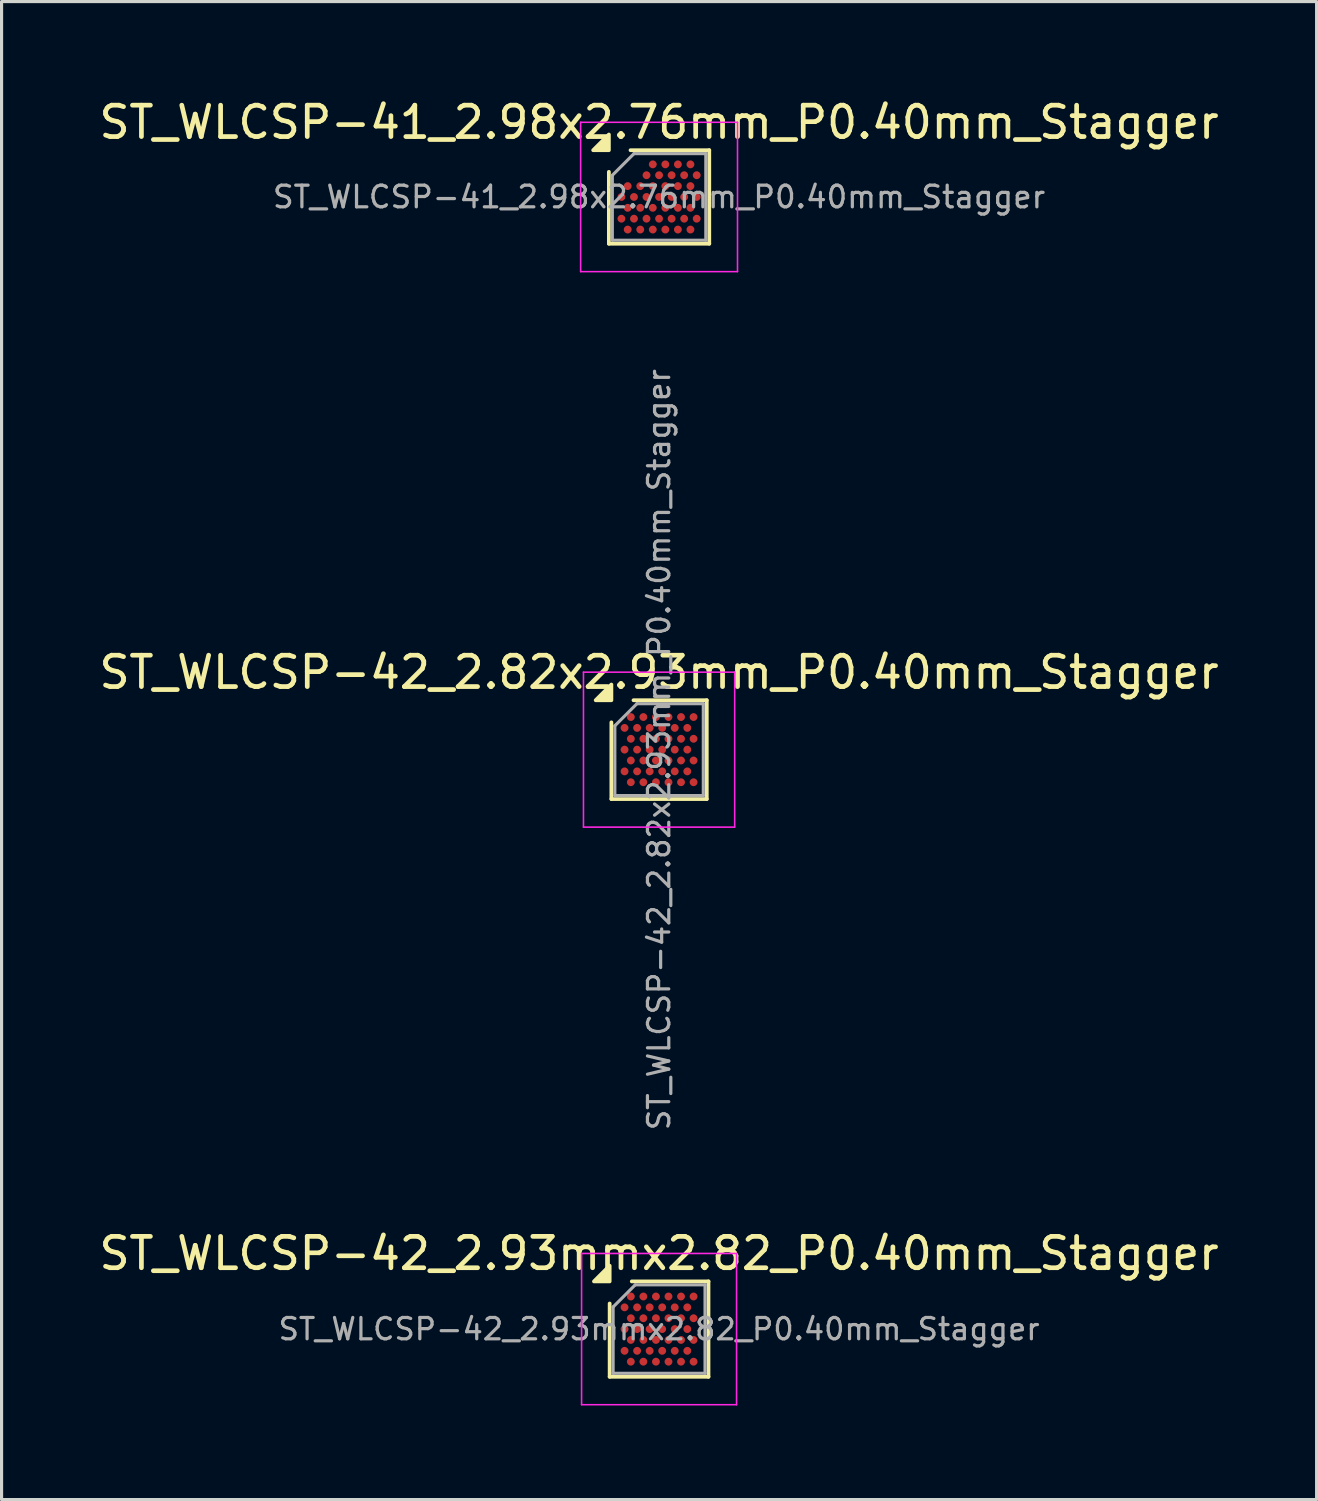
<source format=kicad_pcb>
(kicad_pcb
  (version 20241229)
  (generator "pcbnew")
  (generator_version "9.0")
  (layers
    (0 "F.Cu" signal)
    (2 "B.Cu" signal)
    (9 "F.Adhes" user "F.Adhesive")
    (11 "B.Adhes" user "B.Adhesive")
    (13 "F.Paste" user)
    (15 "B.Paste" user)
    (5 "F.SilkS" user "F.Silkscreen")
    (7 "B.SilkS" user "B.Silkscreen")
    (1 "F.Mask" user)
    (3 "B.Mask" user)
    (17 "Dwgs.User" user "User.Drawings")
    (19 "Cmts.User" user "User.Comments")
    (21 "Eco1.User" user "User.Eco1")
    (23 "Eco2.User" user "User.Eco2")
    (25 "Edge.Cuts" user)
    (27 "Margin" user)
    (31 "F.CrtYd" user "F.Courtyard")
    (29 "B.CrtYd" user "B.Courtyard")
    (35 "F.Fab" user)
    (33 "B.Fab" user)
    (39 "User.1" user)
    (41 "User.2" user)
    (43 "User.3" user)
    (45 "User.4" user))
  (footprint "ST_WLCSP-42_2.82x2.93mm_P0.40mm_Stagger"
    (layer "F.Cu")
    (at 17.958 20.845)
    (property "Reference" "ST_WLCSP-42_2.82x2.93mm_P0.40mm_Stagger" (at 0 -2.465 0) (layer "F.SilkS") (effects (font (size 1 1) (thickness 0.15))))
    (attr smd)
    (fp_line (start -1.52 1.575) (end -1.52 -0.87) (stroke (width 0.12) (type solid)) (layer "F.SilkS"))
    (fp_line (start -0.815 -1.575) (end 1.52 -1.575) (stroke (width 0.12) (type solid)) (layer "F.SilkS"))
    (fp_line (start 1.52 -1.575) (end 1.52 1.575) (stroke (width 0.12) (type solid)) (layer "F.SilkS"))
    (fp_line (start 1.52 1.575) (end -1.52 1.575) (stroke (width 0.12) (type solid)) (layer "F.SilkS"))
    (fp_poly (pts (xy -1.52 -1.575) (xy -2.02 -1.575) (xy -1.52 -2.075) (xy -1.52 -1.575)) (stroke (width 0.12) (type solid)) (fill yes) (layer "F.SilkS"))
    (fp_line (start -2.41 -2.47) (end -2.41 2.47) (stroke (width 0.05) (type solid)) (layer "F.CrtYd"))
    (fp_line (start -2.41 2.47) (end 2.41 2.47) (stroke (width 0.05) (type solid)) (layer "F.CrtYd"))
    (fp_line (start 2.41 -2.47) (end -2.41 -2.47) (stroke (width 0.05) (type solid)) (layer "F.CrtYd"))
    (fp_line (start 2.41 2.47) (end 2.41 -2.47) (stroke (width 0.05) (type solid)) (layer "F.CrtYd"))
    (fp_line (start -1.41 -0.76) (end -0.705 -1.465) (stroke (width 0.1) (type solid)) (layer "F.Fab"))
    (fp_line (start -1.41 1.465) (end -1.41 -0.76) (stroke (width 0.1) (type solid)) (layer "F.Fab"))
    (fp_line (start -0.705 -1.465) (end 1.41 -1.465) (stroke (width 0.1) (type solid)) (layer "F.Fab"))
    (fp_line (start 1.41 -1.465) (end 1.41 1.465) (stroke (width 0.1) (type solid)) (layer "F.Fab"))
    (fp_line (start 1.41 1.465) (end -1.41 1.465) (stroke (width 0.1) (type solid)) (layer "F.Fab"))
    (fp_text user "${REFERENCE}" (at 0 0 270) (layer "F.Fab") (effects (font (size 0.68 0.68) (thickness 0.102))))
    (pad "A2" smd circle (at -0.9 -1.039) (size 0.25 0.25) (property pad_prop_bga) (layers "F.Cu" "F.Mask" "F.Paste"))
    (pad "A4" smd circle (at -0.5 -1.039) (size 0.25 0.25) (property pad_prop_bga) (layers "F.Cu" "F.Mask" "F.Paste"))
    (pad "A6" smd circle (at -0.1 -1.039) (size 0.25 0.25) (property pad_prop_bga) (layers "F.Cu" "F.Mask" "F.Paste"))
    (pad "A8" smd circle (at 0.3 -1.039) (size 0.25 0.25) (property pad_prop_bga) (layers "F.Cu" "F.Mask" "F.Paste"))
    (pad "A10" smd circle (at 0.7 -1.039) (size 0.25 0.25) (property pad_prop_bga) (layers "F.Cu" "F.Mask" "F.Paste"))
    (pad "A12" smd circle (at 1.1 -1.039) (size 0.25 0.25) (property pad_prop_bga) (layers "F.Cu" "F.Mask" "F.Paste"))
    (pad "B1" smd circle (at -1.1 -0.693) (size 0.25 0.25) (property pad_prop_bga) (layers "F.Cu" "F.Mask" "F.Paste"))
    (pad "B3" smd circle (at -0.7 -0.693) (size 0.25 0.25) (property pad_prop_bga) (layers "F.Cu" "F.Mask" "F.Paste"))
    (pad "B5" smd circle (at -0.3 -0.693) (size 0.25 0.25) (property pad_prop_bga) (layers "F.Cu" "F.Mask" "F.Paste"))
    (pad "B7" smd circle (at 0.1 -0.693) (size 0.25 0.25) (property pad_prop_bga) (layers "F.Cu" "F.Mask" "F.Paste"))
    (pad "B9" smd circle (at 0.5 -0.693) (size 0.25 0.25) (property pad_prop_bga) (layers "F.Cu" "F.Mask" "F.Paste"))
    (pad "B11" smd circle (at 0.9 -0.693) (size 0.25 0.25) (property pad_prop_bga) (layers "F.Cu" "F.Mask" "F.Paste"))
    (pad "C2" smd circle (at -0.9 -0.346) (size 0.25 0.25) (property pad_prop_bga) (layers "F.Cu" "F.Mask" "F.Paste"))
    (pad "C4" smd circle (at -0.5 -0.346) (size 0.25 0.25) (property pad_prop_bga) (layers "F.Cu" "F.Mask" "F.Paste"))
    (pad "C6" smd circle (at -0.1 -0.346) (size 0.25 0.25) (property pad_prop_bga) (layers "F.Cu" "F.Mask" "F.Paste"))
    (pad "C8" smd circle (at 0.3 -0.346) (size 0.25 0.25) (property pad_prop_bga) (layers "F.Cu" "F.Mask" "F.Paste"))
    (pad "C10" smd circle (at 0.7 -0.346) (size 0.25 0.25) (property pad_prop_bga) (layers "F.Cu" "F.Mask" "F.Paste"))
    (pad "C12" smd circle (at 1.1 -0.346) (size 0.25 0.25) (property pad_prop_bga) (layers "F.Cu" "F.Mask" "F.Paste"))
    (pad "D1" smd circle (at -1.1 0) (size 0.25 0.25) (property pad_prop_bga) (layers "F.Cu" "F.Mask" "F.Paste"))
    (pad "D3" smd circle (at -0.7 0) (size 0.25 0.25) (property pad_prop_bga) (layers "F.Cu" "F.Mask" "F.Paste"))
    (pad "D5" smd circle (at -0.3 0) (size 0.25 0.25) (property pad_prop_bga) (layers "F.Cu" "F.Mask" "F.Paste"))
    (pad "D7" smd circle (at 0.1 0) (size 0.25 0.25) (property pad_prop_bga) (layers "F.Cu" "F.Mask" "F.Paste"))
    (pad "D9" smd circle (at 0.5 0) (size 0.25 0.25) (property pad_prop_bga) (layers "F.Cu" "F.Mask" "F.Paste"))
    (pad "D11" smd circle (at 0.9 0) (size 0.25 0.25) (property pad_prop_bga) (layers "F.Cu" "F.Mask" "F.Paste"))
    (pad "E2" smd circle (at -0.9 0.346) (size 0.25 0.25) (property pad_prop_bga) (layers "F.Cu" "F.Mask" "F.Paste"))
    (pad "E4" smd circle (at -0.5 0.346) (size 0.25 0.25) (property pad_prop_bga) (layers "F.Cu" "F.Mask" "F.Paste"))
    (pad "E6" smd circle (at -0.1 0.346) (size 0.25 0.25) (property pad_prop_bga) (layers "F.Cu" "F.Mask" "F.Paste"))
    (pad "E8" smd circle (at 0.3 0.346) (size 0.25 0.25) (property pad_prop_bga) (layers "F.Cu" "F.Mask" "F.Paste"))
    (pad "E10" smd circle (at 0.7 0.346) (size 0.25 0.25) (property pad_prop_bga) (layers "F.Cu" "F.Mask" "F.Paste"))
    (pad "E12" smd circle (at 1.1 0.346) (size 0.25 0.25) (property pad_prop_bga) (layers "F.Cu" "F.Mask" "F.Paste"))
    (pad "F1" smd circle (at -1.1 0.693) (size 0.25 0.25) (property pad_prop_bga) (layers "F.Cu" "F.Mask" "F.Paste"))
    (pad "F3" smd circle (at -0.7 0.693) (size 0.25 0.25) (property pad_prop_bga) (layers "F.Cu" "F.Mask" "F.Paste"))
    (pad "F5" smd circle (at -0.3 0.693) (size 0.25 0.25) (property pad_prop_bga) (layers "F.Cu" "F.Mask" "F.Paste"))
    (pad "F7" smd circle (at 0.1 0.693) (size 0.25 0.25) (property pad_prop_bga) (layers "F.Cu" "F.Mask" "F.Paste"))
    (pad "F9" smd circle (at 0.5 0.693) (size 0.25 0.25) (property pad_prop_bga) (layers "F.Cu" "F.Mask" "F.Paste"))
    (pad "F11" smd circle (at 0.9 0.693) (size 0.25 0.25) (property pad_prop_bga) (layers "F.Cu" "F.Mask" "F.Paste"))
    (pad "G2" smd circle (at -0.9 1.039) (size 0.25 0.25) (property pad_prop_bga) (layers "F.Cu" "F.Mask" "F.Paste"))
    (pad "G4" smd circle (at -0.5 1.039) (size 0.25 0.25) (property pad_prop_bga) (layers "F.Cu" "F.Mask" "F.Paste"))
    (pad "G6" smd circle (at -0.1 1.039) (size 0.25 0.25) (property pad_prop_bga) (layers "F.Cu" "F.Mask" "F.Paste"))
    (pad "G8" smd circle (at 0.3 1.039) (size 0.25 0.25) (property pad_prop_bga) (layers "F.Cu" "F.Mask" "F.Paste"))
    (pad "G10" smd circle (at 0.7 1.039) (size 0.25 0.25) (property pad_prop_bga) (layers "F.Cu" "F.Mask" "F.Paste"))
    (pad "G12" smd circle (at 1.1 1.039) (size 0.25 0.25) (property pad_prop_bga) (layers "F.Cu" "F.Mask" "F.Paste")))
  (footprint "ST_WLCSP-41_2.98x2.76mm_P0.40mm_Stagger"
    (layer "F.Cu")
    (at 17.958 3.228)
    (property "Reference" "ST_WLCSP-41_2.98x2.76mm_P0.40mm_Stagger" (at 0 -2.38 0) (layer "F.SilkS") (effects (font (size 1 1) (thickness 0.15))))
    (attr smd)
    (fp_line (start -1.6 1.49) (end -1.6 -0.8) (stroke (width 0.12) (type solid)) (layer "F.SilkS"))
    (fp_line (start -0.91 -1.49) (end 1.6 -1.49) (stroke (width 0.12) (type solid)) (layer "F.SilkS"))
    (fp_line (start 1.6 -1.49) (end 1.6 1.49) (stroke (width 0.12) (type solid)) (layer "F.SilkS"))
    (fp_line (start 1.6 1.49) (end -1.6 1.49) (stroke (width 0.12) (type solid)) (layer "F.SilkS"))
    (fp_poly (pts (xy -1.6 -1.49) (xy -2.1 -1.49) (xy -1.6 -1.99) (xy -1.6 -1.49)) (stroke (width 0.12) (type solid)) (fill yes) (layer "F.SilkS"))
    (fp_line (start -2.5 -2.38) (end -2.5 2.38) (stroke (width 0.05) (type solid)) (layer "F.CrtYd"))
    (fp_line (start -2.5 2.38) (end 2.5 2.38) (stroke (width 0.05) (type solid)) (layer "F.CrtYd"))
    (fp_line (start 2.5 -2.38) (end -2.5 -2.38) (stroke (width 0.05) (type solid)) (layer "F.CrtYd"))
    (fp_line (start 2.5 2.38) (end 2.5 -2.38) (stroke (width 0.05) (type solid)) (layer "F.CrtYd"))
    (fp_line (start -1.49 -0.69) (end -0.8 -1.38) (stroke (width 0.1) (type solid)) (layer "F.Fab"))
    (fp_line (start -1.49 1.38) (end -1.49 -0.69) (stroke (width 0.1) (type solid)) (layer "F.Fab"))
    (fp_line (start -0.8 -1.38) (end 1.49 -1.38) (stroke (width 0.1) (type solid)) (layer "F.Fab"))
    (fp_line (start 1.49 -1.38) (end 1.49 1.38) (stroke (width 0.1) (type solid)) (layer "F.Fab"))
    (fp_line (start 1.49 1.38) (end -1.49 1.38) (stroke (width 0.1) (type solid)) (layer "F.Fab"))
    (fp_text user "${REFERENCE}" (at 0 0 0) (layer "F.Fab") (effects (font (size 0.69 0.69) (thickness 0.103))))
    (pad "A6" smd circle (at -0.2 -1.039) (size 0.25 0.25) (property pad_prop_bga) (layers "F.Cu" "F.Mask" "F.Paste"))
    (pad "A8" smd circle (at 0.2 -1.039) (size 0.25 0.25) (property pad_prop_bga) (layers "F.Cu" "F.Mask" "F.Paste"))
    (pad "A10" smd circle (at 0.6 -1.039) (size 0.25 0.25) (property pad_prop_bga) (layers "F.Cu" "F.Mask" "F.Paste"))
    (pad "A12" smd circle (at 1 -1.039) (size 0.25 0.25) (property pad_prop_bga) (layers "F.Cu" "F.Mask" "F.Paste"))
    (pad "B5" smd circle (at -0.4 -0.693) (size 0.25 0.25) (property pad_prop_bga) (layers "F.Cu" "F.Mask" "F.Paste"))
    (pad "B7" smd circle (at 0 -0.693) (size 0.25 0.25) (property pad_prop_bga) (layers "F.Cu" "F.Mask" "F.Paste"))
    (pad "B9" smd circle (at 0.4 -0.693) (size 0.25 0.25) (property pad_prop_bga) (layers "F.Cu" "F.Mask" "F.Paste"))
    (pad "B11" smd circle (at 0.8 -0.693) (size 0.25 0.25) (property pad_prop_bga) (layers "F.Cu" "F.Mask" "F.Paste"))
    (pad "B13" smd circle (at 1.2 -0.693) (size 0.25 0.25) (property pad_prop_bga) (layers "F.Cu" "F.Mask" "F.Paste"))
    (pad "C2" smd circle (at -1 -0.346) (size 0.25 0.25) (property pad_prop_bga) (layers "F.Cu" "F.Mask" "F.Paste"))
    (pad "C4" smd circle (at -0.6 -0.346) (size 0.25 0.25) (property pad_prop_bga) (layers "F.Cu" "F.Mask" "F.Paste"))
    (pad "C6" smd circle (at -0.2 -0.346) (size 0.25 0.25) (property pad_prop_bga) (layers "F.Cu" "F.Mask" "F.Paste"))
    (pad "C8" smd circle (at 0.2 -0.346) (size 0.25 0.25) (property pad_prop_bga) (layers "F.Cu" "F.Mask" "F.Paste"))
    (pad "C10" smd circle (at 0.6 -0.346) (size 0.25 0.25) (property pad_prop_bga) (layers "F.Cu" "F.Mask" "F.Paste"))
    (pad "C12" smd circle (at 1 -0.346) (size 0.25 0.25) (property pad_prop_bga) (layers "F.Cu" "F.Mask" "F.Paste"))
    (pad "D1" smd circle (at -1.2 0) (size 0.25 0.25) (property pad_prop_bga) (layers "F.Cu" "F.Mask" "F.Paste"))
    (pad "D3" smd circle (at -0.8 0) (size 0.25 0.25) (property pad_prop_bga) (layers "F.Cu" "F.Mask" "F.Paste"))
    (pad "D5" smd circle (at -0.4 0) (size 0.25 0.25) (property pad_prop_bga) (layers "F.Cu" "F.Mask" "F.Paste"))
    (pad "D7" smd circle (at 0 0) (size 0.25 0.25) (property pad_prop_bga) (layers "F.Cu" "F.Mask" "F.Paste"))
    (pad "D9" smd circle (at 0.4 0) (size 0.25 0.25) (property pad_prop_bga) (layers "F.Cu" "F.Mask" "F.Paste"))
    (pad "D11" smd circle (at 0.8 0) (size 0.25 0.25) (property pad_prop_bga) (layers "F.Cu" "F.Mask" "F.Paste"))
    (pad "D13" smd circle (at 1.2 0) (size 0.25 0.25) (property pad_prop_bga) (layers "F.Cu" "F.Mask" "F.Paste"))
    (pad "E2" smd circle (at -1 0.346) (size 0.25 0.25) (property pad_prop_bga) (layers "F.Cu" "F.Mask" "F.Paste"))
    (pad "E4" smd circle (at -0.6 0.346) (size 0.25 0.25) (property pad_prop_bga) (layers "F.Cu" "F.Mask" "F.Paste"))
    (pad "E6" smd circle (at -0.2 0.346) (size 0.25 0.25) (property pad_prop_bga) (layers "F.Cu" "F.Mask" "F.Paste"))
    (pad "E8" smd circle (at 0.2 0.346) (size 0.25 0.25) (property pad_prop_bga) (layers "F.Cu" "F.Mask" "F.Paste"))
    (pad "E10" smd circle (at 0.6 0.346) (size 0.25 0.25) (property pad_prop_bga) (layers "F.Cu" "F.Mask" "F.Paste"))
    (pad "E12" smd circle (at 1 0.346) (size 0.25 0.25) (property pad_prop_bga) (layers "F.Cu" "F.Mask" "F.Paste"))
    (pad "F1" smd circle (at -1.2 0.693) (size 0.25 0.25) (property pad_prop_bga) (layers "F.Cu" "F.Mask" "F.Paste"))
    (pad "F3" smd circle (at -0.8 0.693) (size 0.25 0.25) (property pad_prop_bga) (layers "F.Cu" "F.Mask" "F.Paste"))
    (pad "F5" smd circle (at -0.4 0.693) (size 0.25 0.25) (property pad_prop_bga) (layers "F.Cu" "F.Mask" "F.Paste"))
    (pad "F7" smd circle (at 0 0.693) (size 0.25 0.25) (property pad_prop_bga) (layers "F.Cu" "F.Mask" "F.Paste"))
    (pad "F9" smd circle (at 0.4 0.693) (size 0.25 0.25) (property pad_prop_bga) (layers "F.Cu" "F.Mask" "F.Paste"))
    (pad "F11" smd circle (at 0.8 0.693) (size 0.25 0.25) (property pad_prop_bga) (layers "F.Cu" "F.Mask" "F.Paste"))
    (pad "F13" smd circle (at 1.2 0.693) (size 0.25 0.25) (property pad_prop_bga) (layers "F.Cu" "F.Mask" "F.Paste"))
    (pad "G2" smd circle (at -1 1.039) (size 0.25 0.25) (property pad_prop_bga) (layers "F.Cu" "F.Mask" "F.Paste"))
    (pad "G4" smd circle (at -0.6 1.039) (size 0.25 0.25) (property pad_prop_bga) (layers "F.Cu" "F.Mask" "F.Paste"))
    (pad "G6" smd circle (at -0.2 1.039) (size 0.25 0.25) (property pad_prop_bga) (layers "F.Cu" "F.Mask" "F.Paste"))
    (pad "G8" smd circle (at 0.2 1.039) (size 0.25 0.25) (property pad_prop_bga) (layers "F.Cu" "F.Mask" "F.Paste"))
    (pad "G10" smd circle (at 0.6 1.039) (size 0.25 0.25) (property pad_prop_bga) (layers "F.Cu" "F.Mask" "F.Paste"))
    (pad "G12" smd circle (at 1 1.039) (size 0.25 0.25) (property pad_prop_bga) (layers "F.Cu" "F.Mask" "F.Paste")))
  (footprint "ST_WLCSP-42_2.93mmx2.82_P0.40mm_Stagger"
    (layer "F.Cu")
    (at 17.958 39.315)
    (property "Reference" "ST_WLCSP-42_2.93mmx2.82_P0.40mm_Stagger" (at 0 -2.41 0) (layer "F.SilkS") (effects (font (size 1 1) (thickness 0.15))))
    (attr smd)
    (fp_line (start -1.575 1.52) (end -1.575 -0.815) (stroke (width 0.12) (type solid)) (layer "F.SilkS"))
    (fp_line (start -0.87 -1.52) (end 1.575 -1.52) (stroke (width 0.12) (type solid)) (layer "F.SilkS"))
    (fp_line (start 1.575 -1.52) (end 1.575 1.52) (stroke (width 0.12) (type solid)) (layer "F.SilkS"))
    (fp_line (start 1.575 1.52) (end -1.575 1.52) (stroke (width 0.12) (type solid)) (layer "F.SilkS"))
    (fp_poly (pts (xy -1.575 -1.52) (xy -2.075 -1.52) (xy -1.575 -2.02) (xy -1.575 -1.52)) (stroke (width 0.12) (type solid)) (fill yes) (layer "F.SilkS"))
    (fp_line (start -2.47 -2.41) (end -2.47 2.41) (stroke (width 0.05) (type solid)) (layer "F.CrtYd"))
    (fp_line (start -2.47 2.41) (end 2.47 2.41) (stroke (width 0.05) (type solid)) (layer "F.CrtYd"))
    (fp_line (start 2.47 -2.41) (end -2.47 -2.41) (stroke (width 0.05) (type solid)) (layer "F.CrtYd"))
    (fp_line (start 2.47 2.41) (end 2.47 -2.41) (stroke (width 0.05) (type solid)) (layer "F.CrtYd"))
    (fp_line (start -1.465 -0.705) (end -0.76 -1.41) (stroke (width 0.1) (type solid)) (layer "F.Fab"))
    (fp_line (start -1.465 1.41) (end -1.465 -0.705) (stroke (width 0.1) (type solid)) (layer "F.Fab"))
    (fp_line (start -0.76 -1.41) (end 1.465 -1.41) (stroke (width 0.1) (type solid)) (layer "F.Fab"))
    (fp_line (start 1.465 -1.41) (end 1.465 1.41) (stroke (width 0.1) (type solid)) (layer "F.Fab"))
    (fp_line (start 1.465 1.41) (end -1.465 1.41) (stroke (width 0.1) (type solid)) (layer "F.Fab"))
    (fp_text user "${REFERENCE}" (at 0 0 0) (layer "F.Fab") (effects (font (size 0.68 0.68) (thickness 0.102))))
    (pad "A2" smd circle (at -0.9 -1.039) (size 0.25 0.25) (property pad_prop_bga) (layers "F.Cu" "F.Mask" "F.Paste"))
    (pad "A4" smd circle (at -0.5 -1.039) (size 0.25 0.25) (property pad_prop_bga) (layers "F.Cu" "F.Mask" "F.Paste"))
    (pad "A6" smd circle (at -0.1 -1.039) (size 0.25 0.25) (property pad_prop_bga) (layers "F.Cu" "F.Mask" "F.Paste"))
    (pad "A8" smd circle (at 0.3 -1.039) (size 0.25 0.25) (property pad_prop_bga) (layers "F.Cu" "F.Mask" "F.Paste"))
    (pad "A10" smd circle (at 0.7 -1.039) (size 0.25 0.25) (property pad_prop_bga) (layers "F.Cu" "F.Mask" "F.Paste"))
    (pad "A12" smd circle (at 1.1 -1.039) (size 0.25 0.25) (property pad_prop_bga) (layers "F.Cu" "F.Mask" "F.Paste"))
    (pad "B1" smd circle (at -1.1 -0.693) (size 0.25 0.25) (property pad_prop_bga) (layers "F.Cu" "F.Mask" "F.Paste"))
    (pad "B3" smd circle (at -0.7 -0.693) (size 0.25 0.25) (property pad_prop_bga) (layers "F.Cu" "F.Mask" "F.Paste"))
    (pad "B5" smd circle (at -0.3 -0.693) (size 0.25 0.25) (property pad_prop_bga) (layers "F.Cu" "F.Mask" "F.Paste"))
    (pad "B7" smd circle (at 0.1 -0.693) (size 0.25 0.25) (property pad_prop_bga) (layers "F.Cu" "F.Mask" "F.Paste"))
    (pad "B9" smd circle (at 0.5 -0.693) (size 0.25 0.25) (property pad_prop_bga) (layers "F.Cu" "F.Mask" "F.Paste"))
    (pad "B11" smd circle (at 0.9 -0.693) (size 0.25 0.25) (property pad_prop_bga) (layers "F.Cu" "F.Mask" "F.Paste"))
    (pad "C2" smd circle (at -0.9 -0.346) (size 0.25 0.25) (property pad_prop_bga) (layers "F.Cu" "F.Mask" "F.Paste"))
    (pad "C4" smd circle (at -0.5 -0.346) (size 0.25 0.25) (property pad_prop_bga) (layers "F.Cu" "F.Mask" "F.Paste"))
    (pad "C6" smd circle (at -0.1 -0.346) (size 0.25 0.25) (property pad_prop_bga) (layers "F.Cu" "F.Mask" "F.Paste"))
    (pad "C8" smd circle (at 0.3 -0.346) (size 0.25 0.25) (property pad_prop_bga) (layers "F.Cu" "F.Mask" "F.Paste"))
    (pad "C10" smd circle (at 0.7 -0.346) (size 0.25 0.25) (property pad_prop_bga) (layers "F.Cu" "F.Mask" "F.Paste"))
    (pad "C12" smd circle (at 1.1 -0.346) (size 0.25 0.25) (property pad_prop_bga) (layers "F.Cu" "F.Mask" "F.Paste"))
    (pad "D1" smd circle (at -1.1 0) (size 0.25 0.25) (property pad_prop_bga) (layers "F.Cu" "F.Mask" "F.Paste"))
    (pad "D3" smd circle (at -0.7 0) (size 0.25 0.25) (property pad_prop_bga) (layers "F.Cu" "F.Mask" "F.Paste"))
    (pad "D5" smd circle (at -0.3 0) (size 0.25 0.25) (property pad_prop_bga) (layers "F.Cu" "F.Mask" "F.Paste"))
    (pad "D7" smd circle (at 0.1 0) (size 0.25 0.25) (property pad_prop_bga) (layers "F.Cu" "F.Mask" "F.Paste"))
    (pad "D9" smd circle (at 0.5 0) (size 0.25 0.25) (property pad_prop_bga) (layers "F.Cu" "F.Mask" "F.Paste"))
    (pad "D11" smd circle (at 0.9 0) (size 0.25 0.25) (property pad_prop_bga) (layers "F.Cu" "F.Mask" "F.Paste"))
    (pad "E2" smd circle (at -0.9 0.346) (size 0.25 0.25) (property pad_prop_bga) (layers "F.Cu" "F.Mask" "F.Paste"))
    (pad "E4" smd circle (at -0.5 0.346) (size 0.25 0.25) (property pad_prop_bga) (layers "F.Cu" "F.Mask" "F.Paste"))
    (pad "E6" smd circle (at -0.1 0.346) (size 0.25 0.25) (property pad_prop_bga) (layers "F.Cu" "F.Mask" "F.Paste"))
    (pad "E8" smd circle (at 0.3 0.346) (size 0.25 0.25) (property pad_prop_bga) (layers "F.Cu" "F.Mask" "F.Paste"))
    (pad "E10" smd circle (at 0.7 0.346) (size 0.25 0.25) (property pad_prop_bga) (layers "F.Cu" "F.Mask" "F.Paste"))
    (pad "E12" smd circle (at 1.1 0.346) (size 0.25 0.25) (property pad_prop_bga) (layers "F.Cu" "F.Mask" "F.Paste"))
    (pad "F1" smd circle (at -1.1 0.693) (size 0.25 0.25) (property pad_prop_bga) (layers "F.Cu" "F.Mask" "F.Paste"))
    (pad "F3" smd circle (at -0.7 0.693) (size 0.25 0.25) (property pad_prop_bga) (layers "F.Cu" "F.Mask" "F.Paste"))
    (pad "F5" smd circle (at -0.3 0.693) (size 0.25 0.25) (property pad_prop_bga) (layers "F.Cu" "F.Mask" "F.Paste"))
    (pad "F7" smd circle (at 0.1 0.693) (size 0.25 0.25) (property pad_prop_bga) (layers "F.Cu" "F.Mask" "F.Paste"))
    (pad "F9" smd circle (at 0.5 0.693) (size 0.25 0.25) (property pad_prop_bga) (layers "F.Cu" "F.Mask" "F.Paste"))
    (pad "F11" smd circle (at 0.9 0.693) (size 0.25 0.25) (property pad_prop_bga) (layers "F.Cu" "F.Mask" "F.Paste"))
    (pad "G2" smd circle (at -0.9 1.039) (size 0.25 0.25) (property pad_prop_bga) (layers "F.Cu" "F.Mask" "F.Paste"))
    (pad "G4" smd circle (at -0.5 1.039) (size 0.25 0.25) (property pad_prop_bga) (layers "F.Cu" "F.Mask" "F.Paste"))
    (pad "G6" smd circle (at -0.1 1.039) (size 0.25 0.25) (property pad_prop_bga) (layers "F.Cu" "F.Mask" "F.Paste"))
    (pad "G8" smd circle (at 0.3 1.039) (size 0.25 0.25) (property pad_prop_bga) (layers "F.Cu" "F.Mask" "F.Paste"))
    (pad "G10" smd circle (at 0.7 1.039) (size 0.25 0.25) (property pad_prop_bga) (layers "F.Cu" "F.Mask" "F.Paste"))
    (pad "G12" smd circle (at 1.1 1.039) (size 0.25 0.25) (property pad_prop_bga) (layers "F.Cu" "F.Mask" "F.Paste")))
  (gr_rect
    (start -3 -3)
    (end 38.917 44.75)
    (stroke (width 0.1) (type default))
    (fill no)
    (layer "Edge.Cuts")))
</source>
